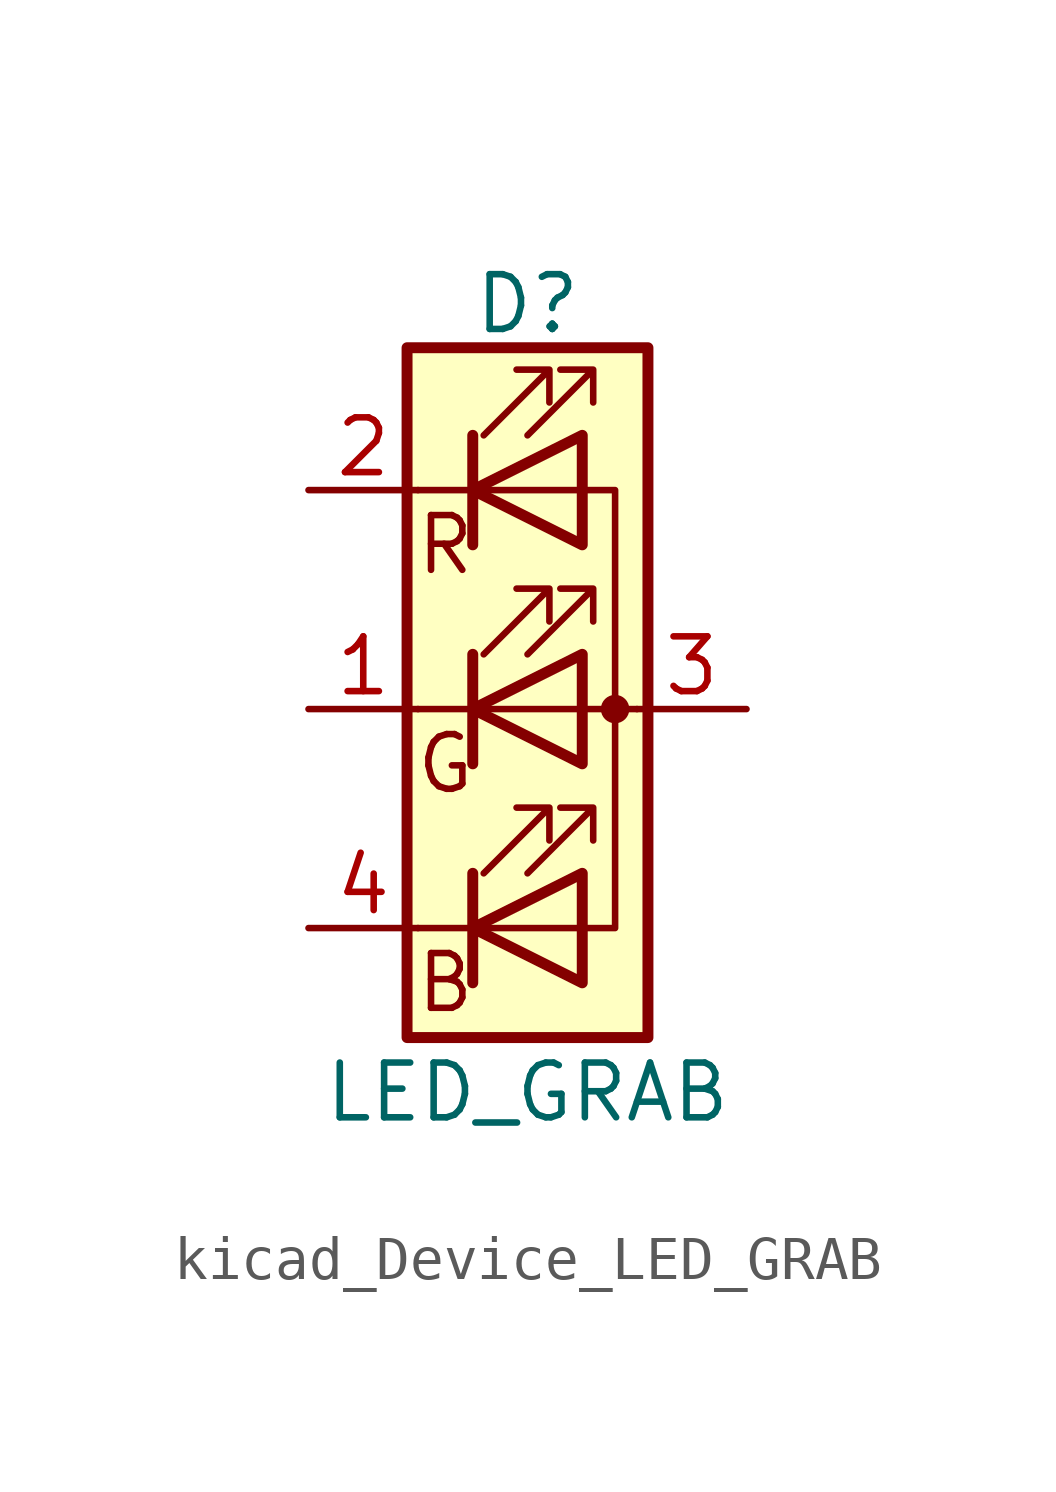
<source format=kicad_sym>
(kicad_symbol_lib
  (version 20220914)
  (generator kicad_symbol_editor)
  (symbol "kicad_Device_LED_GRAB"
    (pin_names
      (offset 0) hide)
    (property "Reference" "D"
      (at 0 9.398 0)
      (effects (font (size 1.27 1.27))))
    (property "Value" "LED_GRAB"
      (at 0 -8.89 0)
      (effects (font (size 1.27 1.27))))
    (symbol "kicad_Device_LED_GRAB_0_0"
      (text "B" (at -1.905 -6.35 0) (effects (font (size 1.27 1.27))))
      (text "G" (at -1.905 -1.27 0) (effects (font (size 1.27 1.27))))
      (text "R" (at -1.905 3.81 0) (effects (font (size 1.27 1.27)))))
    (symbol "kicad_Device_LED_GRAB_0_1"
      (polyline (pts (xy -1.27 -5.08) (xy -2.54 -5.08)) (stroke (width 0) (type default)) (fill (type none)))
      (polyline (pts (xy -1.27 -5.08) (xy 1.27 -5.08)) (stroke (width 0) (type default)) (fill (type none)))
      (polyline (pts (xy -1.27 -3.81) (xy -1.27 -6.35)) (stroke (width 0.254) (type default)) (fill (type none)))
      (polyline (pts (xy -1.27 0) (xy -2.54 0)) (stroke (width 0) (type default)) (fill (type none)))
      (polyline (pts (xy -1.27 1.27) (xy -1.27 -1.27)) (stroke (width 0.254) (type default)) (fill (type none)))
      (polyline (pts (xy -1.27 5.08) (xy -2.54 5.08)) (stroke (width 0) (type default)) (fill (type none)))
      (polyline (pts (xy -1.27 5.08) (xy 1.27 5.08)) (stroke (width 0) (type default)) (fill (type none)))
      (polyline (pts (xy -1.27 6.35) (xy -1.27 3.81)) (stroke (width 0.254) (type default)) (fill (type none)))
      (polyline (pts (xy 1.27 0) (xy -1.27 0)) (stroke (width 0) (type default)) (fill (type none)))
      (polyline (pts (xy 1.27 0) (xy 2.54 0)) (stroke (width 0) (type default)) (fill (type none)))
      (polyline (pts (xy -1.27 1.27) (xy -1.27 -1.27) (xy -1.27 -1.27)) (stroke (width 0) (type default)) (fill (type none)))
      (polyline (pts (xy -1.27 6.35) (xy -1.27 3.81) (xy -1.27 3.81)) (stroke (width 0) (type default)) (fill (type none)))
      (polyline (pts (xy 1.27 -5.08) (xy 2.032 -5.08) (xy 2.032 5.08) (xy 1.27 5.08)) (stroke (width 0) (type default)) (fill (type none)))
      (polyline (pts (xy 1.27 -3.81) (xy 1.27 -6.35) (xy -1.27 -5.08) (xy 1.27 -3.81)) (stroke (width 0.254) (type default)) (fill (type none)))
      (polyline (pts (xy 1.27 1.27) (xy 1.27 -1.27) (xy -1.27 0) (xy 1.27 1.27)) (stroke (width 0.254) (type default)) (fill (type none)))
      (polyline (pts (xy 1.27 6.35) (xy 1.27 3.81) (xy -1.27 5.08) (xy 1.27 6.35)) (stroke (width 0.254) (type default)) (fill (type none)))
      (polyline (pts (xy -1.016 -3.81) (xy 0.508 -2.286) (xy -0.254 -2.286) (xy 0.508 -2.286) (xy 0.508 -3.048)) (stroke (width 0) (type default)) (fill (type none)))
      (polyline (pts (xy -1.016 1.27) (xy 0.508 2.794) (xy -0.254 2.794) (xy 0.508 2.794) (xy 0.508 2.032)) (stroke (width 0) (type default)) (fill (type none)))
      (polyline (pts (xy -1.016 6.35) (xy 0.508 7.874) (xy -0.254 7.874) (xy 0.508 7.874) (xy 0.508 7.112)) (stroke (width 0) (type default)) (fill (type none)))
      (polyline (pts (xy 0 -3.81) (xy 1.524 -2.286) (xy 0.762 -2.286) (xy 1.524 -2.286) (xy 1.524 -3.048)) (stroke (width 0) (type default)) (fill (type none)))
      (polyline (pts (xy 0 1.27) (xy 1.524 2.794) (xy 0.762 2.794) (xy 1.524 2.794) (xy 1.524 2.032)) (stroke (width 0) (type default)) (fill (type none)))
      (polyline (pts (xy 0 6.35) (xy 1.524 7.874) (xy 0.762 7.874) (xy 1.524 7.874) (xy 1.524 7.112)) (stroke (width 0) (type default)) (fill (type none)))
      (rectangle (start 1.27 -1.27) (end 1.27 1.27) (stroke (width 0) (type default)) (fill (type none)))
      (rectangle (start 1.27 1.27) (end 1.27 1.27) (stroke (width 0) (type default)) (fill (type none)))
      (rectangle (start 1.27 3.81) (end 1.27 6.35) (stroke (width 0) (type default)) (fill (type none)))
      (rectangle (start 1.27 6.35) (end 1.27 6.35) (stroke (width 0) (type default)) (fill (type none)))
      (circle (center 2.032 0) (radius 0.254) (stroke (width 0) (type default)) (fill (type outline)))
      (rectangle (start 2.794 8.382) (end -2.794 -7.62) (stroke (width 0.254) (type default)) (fill (type background))))
    (symbol "kicad_Device_LED_GRAB_1_1"
      (pin passive line (at -5.08 0 0) (length 2.54) (name "GK" (effects (font (size 1.27 1.27)))) (number "1" (effects (font (size 1.27 1.27)))))
      (pin passive line (at -5.08 5.08 0) (length 2.54) (name "RK" (effects (font (size 1.27 1.27)))) (number "2" (effects (font (size 1.27 1.27)))))
      (pin passive line (at 5.08 0 180) (length 2.54) (name "A" (effects (font (size 1.27 1.27)))) (number "3" (effects (font (size 1.27 1.27)))))
      (pin passive line (at -5.08 -5.08 0) (length 2.54) (name "BK" (effects (font (size 1.27 1.27)))) (number "4" (effects (font (size 1.27 1.27))))))))
</source>
